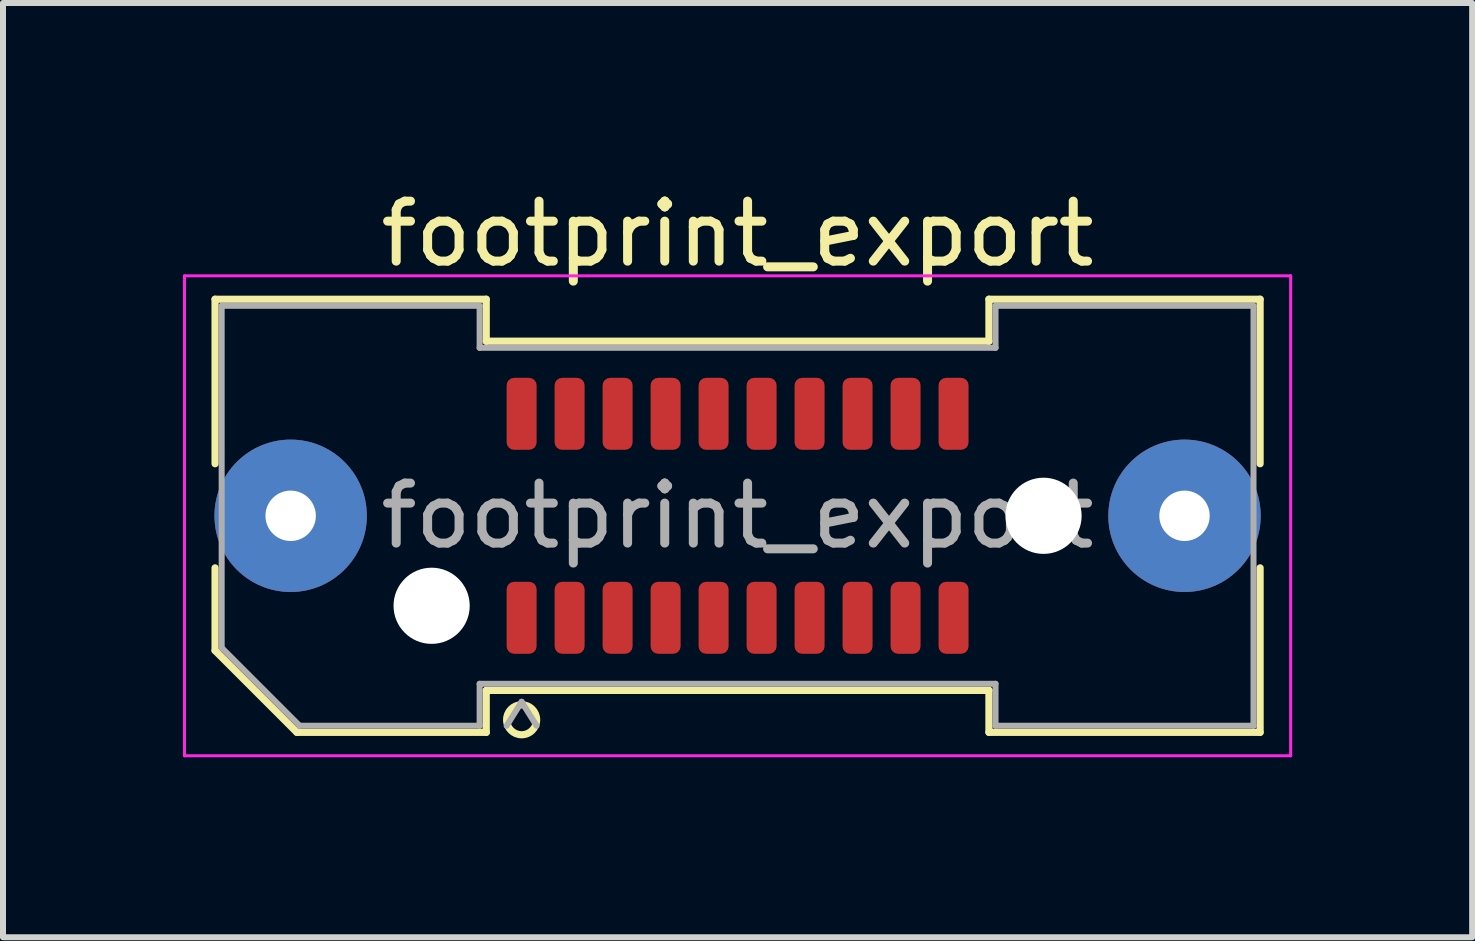
<source format=kicad_pcb>
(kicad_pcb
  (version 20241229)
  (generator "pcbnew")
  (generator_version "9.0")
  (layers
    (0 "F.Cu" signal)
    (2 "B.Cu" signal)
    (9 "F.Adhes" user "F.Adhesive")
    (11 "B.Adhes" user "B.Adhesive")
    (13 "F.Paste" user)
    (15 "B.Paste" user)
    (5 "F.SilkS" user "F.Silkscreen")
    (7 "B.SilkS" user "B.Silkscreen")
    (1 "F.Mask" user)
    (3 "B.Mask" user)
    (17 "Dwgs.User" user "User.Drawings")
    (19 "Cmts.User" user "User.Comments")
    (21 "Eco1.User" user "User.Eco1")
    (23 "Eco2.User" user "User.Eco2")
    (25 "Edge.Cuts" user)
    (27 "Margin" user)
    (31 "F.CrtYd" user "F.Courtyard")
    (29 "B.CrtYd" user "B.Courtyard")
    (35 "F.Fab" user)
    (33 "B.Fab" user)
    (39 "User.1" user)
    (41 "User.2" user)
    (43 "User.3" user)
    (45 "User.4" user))
  (footprint "footprint_export"
    (layer "F.Cu")
    (at 9.245 5.548)
    (property "Reference" "footprint_export" (at 0 -4.7 0) (layer "F.SilkS") (effects (font (size 1 1) (thickness 0.15))))
    (attr smd)
    (fp_line (start -8.71 -3.61) (end -4.19 -3.61) (stroke (width 0.12) (type solid)) (layer "F.SilkS"))
    (fp_line (start -8.71 -0.868) (end -8.71 -3.61) (stroke (width 0.12) (type solid)) (layer "F.SilkS"))
    (fp_line (start -8.71 2.246) (end -8.71 0.868) (stroke (width 0.12) (type solid)) (layer "F.SilkS"))
    (fp_line (start -7.346 3.61) (end -8.71 2.246) (stroke (width 0.12) (type solid)) (layer "F.SilkS"))
    (fp_line (start -4.19 -3.61) (end -4.19 -2.91) (stroke (width 0.12) (type solid)) (layer "F.SilkS"))
    (fp_line (start -4.19 -2.91) (end 4.19 -2.91) (stroke (width 0.12) (type solid)) (layer "F.SilkS"))
    (fp_line (start -4.19 2.91) (end -4.19 3.61) (stroke (width 0.12) (type solid)) (layer "F.SilkS"))
    (fp_line (start -4.19 3.61) (end -7.346 3.61) (stroke (width 0.12) (type solid)) (layer "F.SilkS"))
    (fp_line (start 4.19 -3.61) (end 8.71 -3.61) (stroke (width 0.12) (type solid)) (layer "F.SilkS"))
    (fp_line (start 4.19 -2.91) (end 4.19 -3.61) (stroke (width 0.12) (type solid)) (layer "F.SilkS"))
    (fp_line (start 4.19 2.91) (end -4.19 2.91) (stroke (width 0.12) (type solid)) (layer "F.SilkS"))
    (fp_line (start 4.19 3.61) (end 4.19 2.91) (stroke (width 0.12) (type solid)) (layer "F.SilkS"))
    (fp_line (start 8.71 -3.61) (end 8.71 -0.868) (stroke (width 0.12) (type solid)) (layer "F.SilkS"))
    (fp_line (start 8.71 0.868) (end 8.71 3.61) (stroke (width 0.12) (type solid)) (layer "F.SilkS"))
    (fp_line (start 8.71 3.61) (end 4.19 3.61) (stroke (width 0.12) (type solid)) (layer "F.SilkS"))
    (fp_arc (start -3.35 3.4) (mid -3.85 3.4) (end -3.35 3.4) (stroke (width 0.12) (type solid)) (layer "F.SilkS"))
    (fp_line (start -9.22 -4) (end -9.22 4) (stroke (width 0.05) (type solid)) (layer "F.CrtYd"))
    (fp_line (start -9.22 4) (end 9.22 4) (stroke (width 0.05) (type solid)) (layer "F.CrtYd"))
    (fp_line (start 9.22 -4) (end -9.22 -4) (stroke (width 0.05) (type solid)) (layer "F.CrtYd"))
    (fp_line (start 9.22 4) (end 9.22 -4) (stroke (width 0.05) (type solid)) (layer "F.CrtYd"))
    (fp_line (start -8.6 -3.5) (end -4.3 -3.5) (stroke (width 0.1) (type solid)) (layer "F.Fab"))
    (fp_line (start -8.6 2.2) (end -8.6 -3.5) (stroke (width 0.1) (type solid)) (layer "F.Fab"))
    (fp_line (start -7.3 3.5) (end -8.6 2.2) (stroke (width 0.1) (type solid)) (layer "F.Fab"))
    (fp_line (start -4.3 -3.5) (end -4.3 -2.8) (stroke (width 0.1) (type solid)) (layer "F.Fab"))
    (fp_line (start -4.3 -2.8) (end 4.3 -2.8) (stroke (width 0.1) (type solid)) (layer "F.Fab"))
    (fp_line (start -4.3 2.8) (end -4.3 3.5) (stroke (width 0.1) (type solid)) (layer "F.Fab"))
    (fp_line (start -4.3 3.5) (end -7.3 3.5) (stroke (width 0.1) (type solid)) (layer "F.Fab"))
    (fp_line (start -3.6 3.1) (end -3.85 3.5) (stroke (width 0.1) (type solid)) (layer "F.Fab"))
    (fp_line (start -3.6 3.1) (end -3.35 3.5) (stroke (width 0.1) (type solid)) (layer "F.Fab"))
    (fp_line (start 4.3 -3.5) (end 8.6 -3.5) (stroke (width 0.1) (type solid)) (layer "F.Fab"))
    (fp_line (start 4.3 -2.8) (end 4.3 -3.5) (stroke (width 0.1) (type solid)) (layer "F.Fab"))
    (fp_line (start 4.3 2.8) (end -4.3 2.8) (stroke (width 0.1) (type solid)) (layer "F.Fab"))
    (fp_line (start 4.3 3.5) (end 4.3 2.8) (stroke (width 0.1) (type solid)) (layer "F.Fab"))
    (fp_line (start 8.6 -3.5) (end 8.6 3.5) (stroke (width 0.1) (type solid)) (layer "F.Fab"))
    (fp_line (start 8.6 3.5) (end 4.3 3.5) (stroke (width 0.1) (type solid)) (layer "F.Fab"))
    (fp_text user "${REFERENCE}" (at 0 0 0) (layer "F.Fab") (effects (font (size 1 1) (thickness 0.15))))
    (pad "" thru_hole circle (at -7.45 0) (size 2.54 2.54) (drill 0.84) (layers "*.Cu" "*.Mask" "F.Paste"))
    (pad "" np_thru_hole circle (at -5.1 1.5) (size 1.27 1.27) (drill 1.27) (layers "*.Cu" "*.Mask"))
    (pad "" np_thru_hole circle (at 5.1 0) (size 1.27 1.27) (drill 1.27) (layers "*.Cu" "*.Mask"))
    (pad "" thru_hole circle (at 7.45 0) (size 2.54 2.54) (drill 0.84) (layers "*.Cu" "*.Mask" "F.Paste"))
    (pad "1" smd roundrect (at -3.6 1.7) (size 0.5 1.2) (layers "F.Cu" "F.Mask" "F.Paste") (roundrect_rratio 0.25))
    (pad "2" smd roundrect (at -3.6 -1.7) (size 0.5 1.2) (layers "F.Cu" "F.Mask" "F.Paste") (roundrect_rratio 0.25))
    (pad "3" smd roundrect (at -2.8 1.7) (size 0.5 1.2) (layers "F.Cu" "F.Mask" "F.Paste") (roundrect_rratio 0.25))
    (pad "4" smd roundrect (at -2.8 -1.7) (size 0.5 1.2) (layers "F.Cu" "F.Mask" "F.Paste") (roundrect_rratio 0.25))
    (pad "5" smd roundrect (at -2 1.7) (size 0.5 1.2) (layers "F.Cu" "F.Mask" "F.Paste") (roundrect_rratio 0.25))
    (pad "6" smd roundrect (at -2 -1.7) (size 0.5 1.2) (layers "F.Cu" "F.Mask" "F.Paste") (roundrect_rratio 0.25))
    (pad "7" smd roundrect (at -1.2 1.7) (size 0.5 1.2) (layers "F.Cu" "F.Mask" "F.Paste") (roundrect_rratio 0.25))
    (pad "8" smd roundrect (at -1.2 -1.7) (size 0.5 1.2) (layers "F.Cu" "F.Mask" "F.Paste") (roundrect_rratio 0.25))
    (pad "9" smd roundrect (at -0.4 1.7) (size 0.5 1.2) (layers "F.Cu" "F.Mask" "F.Paste") (roundrect_rratio 0.25))
    (pad "10" smd roundrect (at -0.4 -1.7) (size 0.5 1.2) (layers "F.Cu" "F.Mask" "F.Paste") (roundrect_rratio 0.25))
    (pad "11" smd roundrect (at 0.4 1.7) (size 0.5 1.2) (layers "F.Cu" "F.Mask" "F.Paste") (roundrect_rratio 0.25))
    (pad "12" smd roundrect (at 0.4 -1.7) (size 0.5 1.2) (layers "F.Cu" "F.Mask" "F.Paste") (roundrect_rratio 0.25))
    (pad "13" smd roundrect (at 1.2 1.7) (size 0.5 1.2) (layers "F.Cu" "F.Mask" "F.Paste") (roundrect_rratio 0.25))
    (pad "14" smd roundrect (at 1.2 -1.7) (size 0.5 1.2) (layers "F.Cu" "F.Mask" "F.Paste") (roundrect_rratio 0.25))
    (pad "15" smd roundrect (at 2 1.7) (size 0.5 1.2) (layers "F.Cu" "F.Mask" "F.Paste") (roundrect_rratio 0.25))
    (pad "16" smd roundrect (at 2 -1.7) (size 0.5 1.2) (layers "F.Cu" "F.Mask" "F.Paste") (roundrect_rratio 0.25))
    (pad "17" smd roundrect (at 2.8 1.7) (size 0.5 1.2) (layers "F.Cu" "F.Mask" "F.Paste") (roundrect_rratio 0.25))
    (pad "18" smd roundrect (at 2.8 -1.7) (size 0.5 1.2) (layers "F.Cu" "F.Mask" "F.Paste") (roundrect_rratio 0.25))
    (pad "19" smd roundrect (at 3.6 1.7) (size 0.5 1.2) (layers "F.Cu" "F.Mask" "F.Paste") (roundrect_rratio 0.25))
    (pad "20" smd roundrect (at 3.6 -1.7) (size 0.5 1.2) (layers "F.Cu" "F.Mask" "F.Paste") (roundrect_rratio 0.25)))
  (gr_rect
    (start -3 -3)
    (end 21.49 12.573)
    (stroke (width 0.1) (type default))
    (fill no)
    (layer "Edge.Cuts")))
</source>
